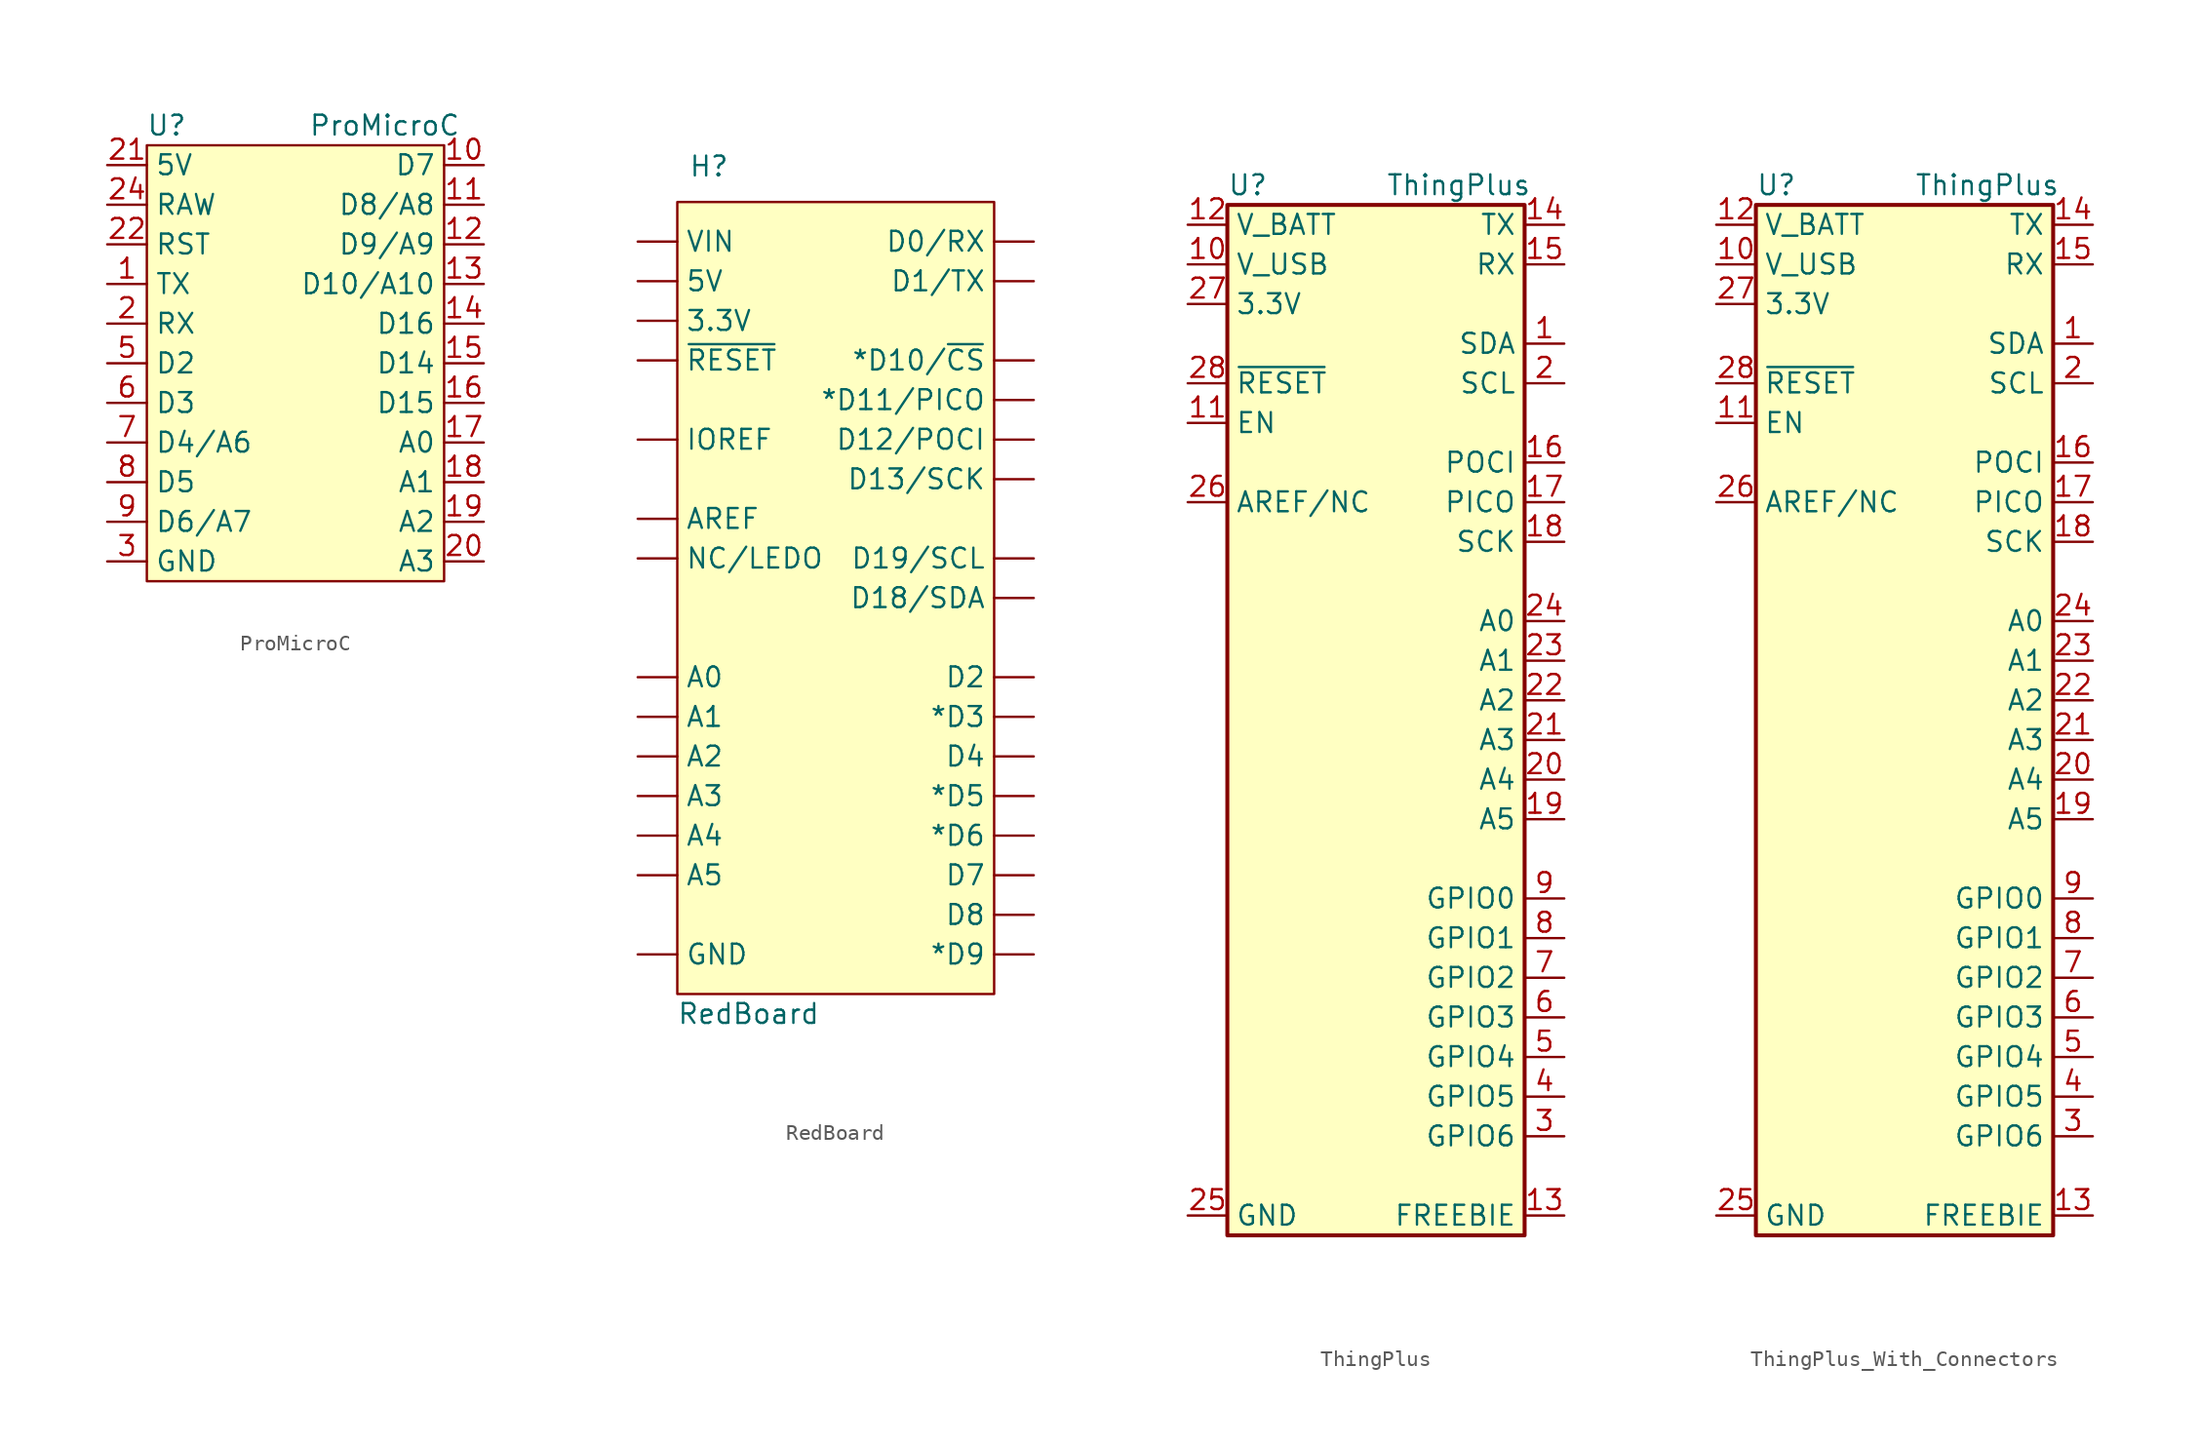
<source format=kicad_sym>
(kicad_symbol_lib
  (version 20241209)
  (generator "kicad_symbol_editor")
  (generator_version "9.0")
  (symbol "ProMicroC"
    (property "Reference" "U"
      (at 1.27 0 0)
      (effects (font (size 1.27 1.27))))
    (property "Value" "ProMicroC"
      (at 15.24 0 0)
      (effects (font (size 1.27 1.27))))
    (symbol "ProMicroC_1_1"
      (rectangle (start 0 -1.27) (end 19.05 -29.21) (stroke (width 0) (type default)) (fill (type background)))
      (pin input line (at -2.54 -2.54 0) (length 2.54) (name "5V" (effects (font (size 1.27 1.27)))) (number "21" (effects (font (size 1.27 1.27)))))
      (pin input line (at -2.54 -5.08 0) (length 2.54) (name "RAW" (effects (font (size 1.27 1.27)))) (number "24" (effects (font (size 1.27 1.27)))))
      (pin input line (at -2.54 -7.62 0) (length 2.54) (name "RST" (effects (font (size 1.27 1.27)))) (number "22" (effects (font (size 1.27 1.27)))))
      (pin input line (at -2.54 -10.16 0) (length 2.54) (name "TX" (effects (font (size 1.27 1.27)))) (number "1" (effects (font (size 1.27 1.27)))))
      (pin input line (at -2.54 -12.7 0) (length 2.54) (name "RX" (effects (font (size 1.27 1.27)))) (number "2" (effects (font (size 1.27 1.27)))))
      (pin input line (at -2.54 -15.24 0) (length 2.54) (name "D2" (effects (font (size 1.27 1.27)))) (number "5" (effects (font (size 1.27 1.27)))))
      (pin input line (at -2.54 -17.78 0) (length 2.54) (name "D3" (effects (font (size 1.27 1.27)))) (number "6" (effects (font (size 1.27 1.27)))))
      (pin input line (at -2.54 -20.32 0) (length 2.54) (name "D4/A6" (effects (font (size 1.27 1.27)))) (number "7" (effects (font (size 1.27 1.27)))))
      (pin input line (at -2.54 -22.86 0) (length 2.54) (name "D5" (effects (font (size 1.27 1.27)))) (number "8" (effects (font (size 1.27 1.27)))))
      (pin input line (at -2.54 -25.4 0) (length 2.54) (name "D6/A7" (effects (font (size 1.27 1.27)))) (number "9" (effects (font (size 1.27 1.27)))))
      (pin input line (at -2.54 -27.94 0) (length 2.54) (hide yes) (name "GND" (effects (font (size 1.27 1.27)))) (number "23" (effects (font (size 1.27 1.27)))))
      (pin input line (at -2.54 -27.94 0) (length 2.54) (name "GND" (effects (font (size 1.27 1.27)))) (number "3" (effects (font (size 1.27 1.27)))))
      (pin input line (at -2.54 -27.94 0) (length 2.54) (hide yes) (name "GND" (effects (font (size 1.27 1.27)))) (number "4" (effects (font (size 1.27 1.27)))))
      (pin input line (at 21.59 -2.54 180) (length 2.54) (name "D7" (effects (font (size 1.27 1.27)))) (number "10" (effects (font (size 1.27 1.27)))))
      (pin input line (at 21.59 -5.08 180) (length 2.54) (name "D8/A8" (effects (font (size 1.27 1.27)))) (number "11" (effects (font (size 1.27 1.27)))))
      (pin input line (at 21.59 -7.62 180) (length 2.54) (name "D9/A9" (effects (font (size 1.27 1.27)))) (number "12" (effects (font (size 1.27 1.27)))))
      (pin input line (at 21.59 -10.16 180) (length 2.54) (name "D10/A10" (effects (font (size 1.27 1.27)))) (number "13" (effects (font (size 1.27 1.27)))))
      (pin input line (at 21.59 -12.7 180) (length 2.54) (name "D16" (effects (font (size 1.27 1.27)))) (number "14" (effects (font (size 1.27 1.27)))))
      (pin input line (at 21.59 -15.24 180) (length 2.54) (name "D14" (effects (font (size 1.27 1.27)))) (number "15" (effects (font (size 1.27 1.27)))))
      (pin input line (at 21.59 -17.78 180) (length 2.54) (name "D15" (effects (font (size 1.27 1.27)))) (number "16" (effects (font (size 1.27 1.27)))))
      (pin input line (at 21.59 -20.32 180) (length 2.54) (name "A0" (effects (font (size 1.27 1.27)))) (number "17" (effects (font (size 1.27 1.27)))))
      (pin input line (at 21.59 -22.86 180) (length 2.54) (name "A1" (effects (font (size 1.27 1.27)))) (number "18" (effects (font (size 1.27 1.27)))))
      (pin input line (at 21.59 -25.4 180) (length 2.54) (name "A2" (effects (font (size 1.27 1.27)))) (number "19" (effects (font (size 1.27 1.27)))))
      (pin input line (at 21.59 -27.94 180) (length 2.54) (name "A3" (effects (font (size 1.27 1.27)))) (number "20" (effects (font (size 1.27 1.27)))))))
  (symbol "RedBoard"
    (pin_numbers
      (hide yes))
    (property "Reference" "H"
      (at -8.128 27.686 0)
      (effects (font (size 1.27 1.27))))
    (property "Value" "RedBoard"
      (at -5.588 -26.67 0)
      (effects (font (size 1.27 1.27))))
    (symbol "RedBoard_1_0"
      (pin power_in line (at -12.7 20.32 0) (length 2.54) (name "5V" (effects (font (size 1.27 1.27)))) (number "5V" (effects (font (size 0 0)))))
      (pin power_in line (at -12.7 17.78 0) (length 2.54) (name "3.3V" (effects (font (size 1.27 1.27)))) (number "3.3V" (effects (font (size 0 0)))))
      (pin input line (at -12.7 15.24 0) (length 2.54) (name "~{RESET}" (effects (font (size 1.27 1.27)))) (number "~{RESET}" (effects (font (size 0 0)))))
      (pin input line (at -12.7 10.16 0) (length 2.54) (name "IOREF" (effects (font (size 1.27 1.27)))) (number "IOREF" (effects (font (size 0 0)))))
      (pin bidirectional line (at -12.7 5.08 0) (length 2.54) (name "AREF" (effects (font (size 1.27 1.27)))) (number "AREF" (effects (font (size 0 0)))))
      (pin bidirectional line (at -12.7 2.54 0) (length 2.54) (name "NC/LEDO" (effects (font (size 1.27 1.27)))) (number "NC/LEDO" (effects (font (size 0 0))))))
    (symbol "RedBoard_1_1"
      (rectangle (start -10.16 25.4) (end 10.16 -25.4) (stroke (width 0) (type default)) (fill (type background)))
      (pin power_in line (at -12.7 22.86 0) (length 2.54) (name "VIN" (effects (font (size 1.27 1.27)))) (number "VIN" (effects (font (size 1.27 1.27)))))
      (pin bidirectional line (at -12.7 -5.08 0) (length 2.54) (name "A0" (effects (font (size 1.27 1.27)))) (number "A0" (effects (font (size 1.27 1.27)))))
      (pin bidirectional line (at -12.7 -7.62 0) (length 2.54) (name "A1" (effects (font (size 1.27 1.27)))) (number "A1" (effects (font (size 1.27 1.27)))))
      (pin bidirectional line (at -12.7 -10.16 0) (length 2.54) (name "A2" (effects (font (size 1.27 1.27)))) (number "A2" (effects (font (size 1.27 1.27)))))
      (pin bidirectional line (at -12.7 -12.7 0) (length 2.54) (name "A3" (effects (font (size 1.27 1.27)))) (number "A3" (effects (font (size 1.27 1.27)))))
      (pin bidirectional line (at -12.7 -15.24 0) (length 2.54) (name "A4" (effects (font (size 1.27 1.27)))) (number "A4" (effects (font (size 1.27 1.27)))))
      (pin bidirectional line (at -12.7 -17.78 0) (length 2.54) (name "A5" (effects (font (size 1.27 1.27)))) (number "A5" (effects (font (size 1.27 1.27)))))
      (pin power_in line (at -12.7 -22.86 0) (length 2.54) (name "GND" (effects (font (size 1.27 1.27)))) (number "GND" (effects (font (size 1.27 1.27)))))
      (pin power_in line (at -12.7 -22.86 0) (length 2.54) (hide yes) (name "GND" (effects (font (size 1.27 1.27)))) (number "GND" (effects (font (size 1.27 1.27)))))
      (pin power_in line (at -12.7 -22.86 0) (length 2.54) (hide yes) (name "GND" (effects (font (size 1.27 1.27)))) (number "GND" (effects (font (size 1.27 1.27)))))
      (pin input line (at 12.7 22.86 180) (length 2.54) (name "D0/RX" (effects (font (size 1.27 1.27)))) (number "D0" (effects (font (size 1.27 1.27)))))
      (pin output line (at 12.7 20.32 180) (length 2.54) (name "D1/TX" (effects (font (size 1.27 1.27)))) (number "D1" (effects (font (size 1.27 1.27)))))
      (pin bidirectional line (at 12.7 15.24 180) (length 2.54) (name "*D10/~{CS}" (effects (font (size 1.27 1.27)))) (number "D10" (effects (font (size 1.27 1.27)))))
      (pin bidirectional line (at 12.7 12.7 180) (length 2.54) (name "*D11/PICO" (effects (font (size 1.27 1.27)))) (number "D11" (effects (font (size 1.27 1.27)))))
      (pin bidirectional line (at 12.7 10.16 180) (length 2.54) (name "D12/POCI" (effects (font (size 1.27 1.27)))) (number "D12" (effects (font (size 1.27 1.27)))))
      (pin bidirectional line (at 12.7 7.62 180) (length 2.54) (name "D13/SCK" (effects (font (size 1.27 1.27)))) (number "D13" (effects (font (size 1.27 1.27)))))
      (pin bidirectional line (at 12.7 2.54 180) (length 2.54) (name "D19/SCL" (effects (font (size 1.27 1.27)))) (number "D19" (effects (font (size 1.27 1.27)))))
      (pin output line (at 12.7 0 180) (length 2.54) (name "D18/SDA" (effects (font (size 1.27 1.27)))) (number "D18" (effects (font (size 1.27 1.27)))))
      (pin bidirectional line (at 12.7 -5.08 180) (length 2.54) (name "D2" (effects (font (size 1.27 1.27)))) (number "D2" (effects (font (size 1.27 1.27)))))
      (pin bidirectional line (at 12.7 -7.62 180) (length 2.54) (name "*D3" (effects (font (size 1.27 1.27)))) (number "D3" (effects (font (size 1.27 1.27)))))
      (pin bidirectional line (at 12.7 -10.16 180) (length 2.54) (name "D4" (effects (font (size 1.27 1.27)))) (number "D4" (effects (font (size 1.27 1.27)))))
      (pin bidirectional line (at 12.7 -12.7 180) (length 2.54) (name "*D5" (effects (font (size 1.27 1.27)))) (number "D5" (effects (font (size 1.27 1.27)))))
      (pin bidirectional line (at 12.7 -15.24 180) (length 2.54) (name "*D6" (effects (font (size 1.27 1.27)))) (number "D6" (effects (font (size 1.27 1.27)))))
      (pin bidirectional line (at 12.7 -17.78 180) (length 2.54) (name "D7" (effects (font (size 1.27 1.27)))) (number "D7" (effects (font (size 1.27 1.27)))))
      (pin bidirectional line (at 12.7 -20.32 180) (length 2.54) (name "D8" (effects (font (size 1.27 1.27)))) (number "D8" (effects (font (size 1.27 1.27)))))
      (pin bidirectional line (at 12.7 -22.86 180) (length 2.54) (name "*D9" (effects (font (size 1.27 1.27)))) (number "D9" (effects (font (size 1.27 1.27)))))))
  (symbol "ThingPlus"
    (property "Reference" "U"
      (at -10.16 33.02 0)
      (effects (font (size 1.27 1.27)) (justify left)))
    (property "Value" "ThingPlus"
      (at 0 33.02 0)
      (effects (font (size 1.27 1.27)) (justify left)))
    (symbol "ThingPlus_1_1"
      (rectangle (start -10.16 31.75) (end 8.89 -34.29) (stroke (width 0.254) (type default)) (fill (type background)))
      (pin power_in line (at -12.7 30.48 0) (length 2.54) (name "V_BATT" (effects (font (size 1.27 1.27)))) (number "12" (effects (font (size 1.27 1.27)))))
      (pin power_in line (at -12.7 27.94 0) (length 2.54) (name "V_USB" (effects (font (size 1.27 1.27)))) (number "10" (effects (font (size 1.27 1.27)))))
      (pin power_in line (at -12.7 25.4 0) (length 2.54) (name "3.3V" (effects (font (size 1.27 1.27)))) (number "27" (effects (font (size 1.27 1.27)))))
      (pin input line (at -12.7 20.32 0) (length 2.54) (name "~{RESET}" (effects (font (size 1.27 1.27)))) (number "28" (effects (font (size 1.27 1.27)))))
      (pin input line (at -12.7 17.78 0) (length 2.54) (name "EN" (effects (font (size 1.27 1.27)))) (number "11" (effects (font (size 1.27 1.27)))))
      (pin input line (at -12.7 12.7 0) (length 2.54) (name "AREF/NC" (effects (font (size 1.27 1.27)))) (number "26" (effects (font (size 1.27 1.27)))))
      (pin power_in line (at -12.7 -33.02 0) (length 2.54) (name "GND" (effects (font (size 1.27 1.27)))) (number "25" (effects (font (size 1.27 1.27)))))
      (pin bidirectional line (at 11.43 30.48 180) (length 2.54) (name "TX" (effects (font (size 1.27 1.27)))) (number "14" (effects (font (size 1.27 1.27)))))
      (pin bidirectional line (at 11.43 27.94 180) (length 2.54) (name "RX" (effects (font (size 1.27 1.27)))) (number "15" (effects (font (size 1.27 1.27)))))
      (pin bidirectional line (at 11.43 22.86 180) (length 2.54) (name "SDA" (effects (font (size 1.27 1.27)))) (number "1" (effects (font (size 1.27 1.27)))))
      (pin bidirectional line (at 11.43 20.32 180) (length 2.54) (name "SCL" (effects (font (size 1.27 1.27)))) (number "2" (effects (font (size 1.27 1.27)))))
      (pin bidirectional line (at 11.43 15.24 180) (length 2.54) (name "POCI" (effects (font (size 1.27 1.27)))) (number "16" (effects (font (size 1.27 1.27)))))
      (pin bidirectional line (at 11.43 12.7 180) (length 2.54) (name "PICO" (effects (font (size 1.27 1.27)))) (number "17" (effects (font (size 1.27 1.27)))))
      (pin bidirectional line (at 11.43 10.16 180) (length 2.54) (name "SCK" (effects (font (size 1.27 1.27)))) (number "18" (effects (font (size 1.27 1.27)))))
      (pin bidirectional line (at 11.43 5.08 180) (length 2.54) (name "A0" (effects (font (size 1.27 1.27)))) (number "24" (effects (font (size 1.27 1.27)))))
      (pin bidirectional line (at 11.43 2.54 180) (length 2.54) (name "A1" (effects (font (size 1.27 1.27)))) (number "23" (effects (font (size 1.27 1.27)))))
      (pin bidirectional line (at 11.43 0 180) (length 2.54) (name "A2" (effects (font (size 1.27 1.27)))) (number "22" (effects (font (size 1.27 1.27)))))
      (pin bidirectional line (at 11.43 -2.54 180) (length 2.54) (name "A3" (effects (font (size 1.27 1.27)))) (number "21" (effects (font (size 1.27 1.27)))))
      (pin bidirectional line (at 11.43 -5.08 180) (length 2.54) (name "A4" (effects (font (size 1.27 1.27)))) (number "20" (effects (font (size 1.27 1.27)))))
      (pin bidirectional line (at 11.43 -7.62 180) (length 2.54) (name "A5" (effects (font (size 1.27 1.27)))) (number "19" (effects (font (size 1.27 1.27)))))
      (pin bidirectional line (at 11.43 -12.7 180) (length 2.54) (name "GPIO0" (effects (font (size 1.27 1.27)))) (number "9" (effects (font (size 1.27 1.27)))))
      (pin bidirectional line (at 11.43 -15.24 180) (length 2.54) (name "GPIO1" (effects (font (size 1.27 1.27)))) (number "8" (effects (font (size 1.27 1.27)))))
      (pin bidirectional line (at 11.43 -17.78 180) (length 2.54) (name "GPIO2" (effects (font (size 1.27 1.27)))) (number "7" (effects (font (size 1.27 1.27)))))
      (pin bidirectional line (at 11.43 -20.32 180) (length 2.54) (name "GPIO3" (effects (font (size 1.27 1.27)))) (number "6" (effects (font (size 1.27 1.27)))))
      (pin bidirectional line (at 11.43 -22.86 180) (length 2.54) (name "GPIO4" (effects (font (size 1.27 1.27)))) (number "5" (effects (font (size 1.27 1.27)))))
      (pin bidirectional line (at 11.43 -25.4 180) (length 2.54) (name "GPIO5" (effects (font (size 1.27 1.27)))) (number "4" (effects (font (size 1.27 1.27)))))
      (pin bidirectional line (at 11.43 -27.94 180) (length 2.54) (name "GPIO6" (effects (font (size 1.27 1.27)))) (number "3" (effects (font (size 1.27 1.27)))))
      (pin bidirectional line (at 11.43 -33.02 180) (length 2.54) (name "FREEBIE" (effects (font (size 1.27 1.27)))) (number "13" (effects (font (size 1.27 1.27)))))))
  (symbol "ThingPlus_With_Connectors"
    (property "Reference" "U"
      (at -10.16 33.02 0)
      (effects (font (size 1.27 1.27)) (justify left)))
    (property "Value" "ThingPlus"
      (at 0 33.02 0)
      (effects (font (size 1.27 1.27)) (justify left)))
    (symbol "ThingPlus_With_Connectors_1_1"
      (rectangle (start -10.16 31.75) (end 8.89 -34.29) (stroke (width 0.254) (type default)) (fill (type background)))
      (pin power_in line (at -12.7 30.48 0) (length 2.54) (name "V_BATT" (effects (font (size 1.27 1.27)))) (number "12" (effects (font (size 1.27 1.27)))))
      (pin power_in line (at -12.7 27.94 0) (length 2.54) (name "V_USB" (effects (font (size 1.27 1.27)))) (number "10" (effects (font (size 1.27 1.27)))))
      (pin power_in line (at -12.7 25.4 0) (length 2.54) (name "3.3V" (effects (font (size 1.27 1.27)))) (number "27" (effects (font (size 1.27 1.27)))))
      (pin input line (at -12.7 20.32 0) (length 2.54) (name "~{RESET}" (effects (font (size 1.27 1.27)))) (number "28" (effects (font (size 1.27 1.27)))))
      (pin input line (at -12.7 17.78 0) (length 2.54) (name "EN" (effects (font (size 1.27 1.27)))) (number "11" (effects (font (size 1.27 1.27)))))
      (pin input line (at -12.7 12.7 0) (length 2.54) (name "AREF/NC" (effects (font (size 1.27 1.27)))) (number "26" (effects (font (size 1.27 1.27)))))
      (pin power_in line (at -12.7 -33.02 0) (length 2.54) (name "GND" (effects (font (size 1.27 1.27)))) (number "25" (effects (font (size 1.27 1.27)))))
      (pin bidirectional line (at 11.43 30.48 180) (length 2.54) (name "TX" (effects (font (size 1.27 1.27)))) (number "14" (effects (font (size 1.27 1.27)))))
      (pin bidirectional line (at 11.43 27.94 180) (length 2.54) (name "RX" (effects (font (size 1.27 1.27)))) (number "15" (effects (font (size 1.27 1.27)))))
      (pin bidirectional line (at 11.43 22.86 180) (length 2.54) (name "SDA" (effects (font (size 1.27 1.27)))) (number "1" (effects (font (size 1.27 1.27)))))
      (pin bidirectional line (at 11.43 20.32 180) (length 2.54) (name "SCL" (effects (font (size 1.27 1.27)))) (number "2" (effects (font (size 1.27 1.27)))))
      (pin bidirectional line (at 11.43 15.24 180) (length 2.54) (name "POCI" (effects (font (size 1.27 1.27)))) (number "16" (effects (font (size 1.27 1.27)))))
      (pin bidirectional line (at 11.43 12.7 180) (length 2.54) (name "PICO" (effects (font (size 1.27 1.27)))) (number "17" (effects (font (size 1.27 1.27)))))
      (pin bidirectional line (at 11.43 10.16 180) (length 2.54) (name "SCK" (effects (font (size 1.27 1.27)))) (number "18" (effects (font (size 1.27 1.27)))))
      (pin bidirectional line (at 11.43 5.08 180) (length 2.54) (name "A0" (effects (font (size 1.27 1.27)))) (number "24" (effects (font (size 1.27 1.27)))))
      (pin bidirectional line (at 11.43 2.54 180) (length 2.54) (name "A1" (effects (font (size 1.27 1.27)))) (number "23" (effects (font (size 1.27 1.27)))))
      (pin bidirectional line (at 11.43 0 180) (length 2.54) (name "A2" (effects (font (size 1.27 1.27)))) (number "22" (effects (font (size 1.27 1.27)))))
      (pin bidirectional line (at 11.43 -2.54 180) (length 2.54) (name "A3" (effects (font (size 1.27 1.27)))) (number "21" (effects (font (size 1.27 1.27)))))
      (pin bidirectional line (at 11.43 -5.08 180) (length 2.54) (name "A4" (effects (font (size 1.27 1.27)))) (number "20" (effects (font (size 1.27 1.27)))))
      (pin bidirectional line (at 11.43 -7.62 180) (length 2.54) (name "A5" (effects (font (size 1.27 1.27)))) (number "19" (effects (font (size 1.27 1.27)))))
      (pin bidirectional line (at 11.43 -12.7 180) (length 2.54) (name "GPIO0" (effects (font (size 1.27 1.27)))) (number "9" (effects (font (size 1.27 1.27)))))
      (pin bidirectional line (at 11.43 -15.24 180) (length 2.54) (name "GPIO1" (effects (font (size 1.27 1.27)))) (number "8" (effects (font (size 1.27 1.27)))))
      (pin bidirectional line (at 11.43 -17.78 180) (length 2.54) (name "GPIO2" (effects (font (size 1.27 1.27)))) (number "7" (effects (font (size 1.27 1.27)))))
      (pin bidirectional line (at 11.43 -20.32 180) (length 2.54) (name "GPIO3" (effects (font (size 1.27 1.27)))) (number "6" (effects (font (size 1.27 1.27)))))
      (pin bidirectional line (at 11.43 -22.86 180) (length 2.54) (name "GPIO4" (effects (font (size 1.27 1.27)))) (number "5" (effects (font (size 1.27 1.27)))))
      (pin bidirectional line (at 11.43 -25.4 180) (length 2.54) (name "GPIO5" (effects (font (size 1.27 1.27)))) (number "4" (effects (font (size 1.27 1.27)))))
      (pin bidirectional line (at 11.43 -27.94 180) (length 2.54) (name "GPIO6" (effects (font (size 1.27 1.27)))) (number "3" (effects (font (size 1.27 1.27)))))
      (pin bidirectional line (at 11.43 -33.02 180) (length 2.54) (name "FREEBIE" (effects (font (size 1.27 1.27)))) (number "13" (effects (font (size 1.27 1.27))))))))
</source>
